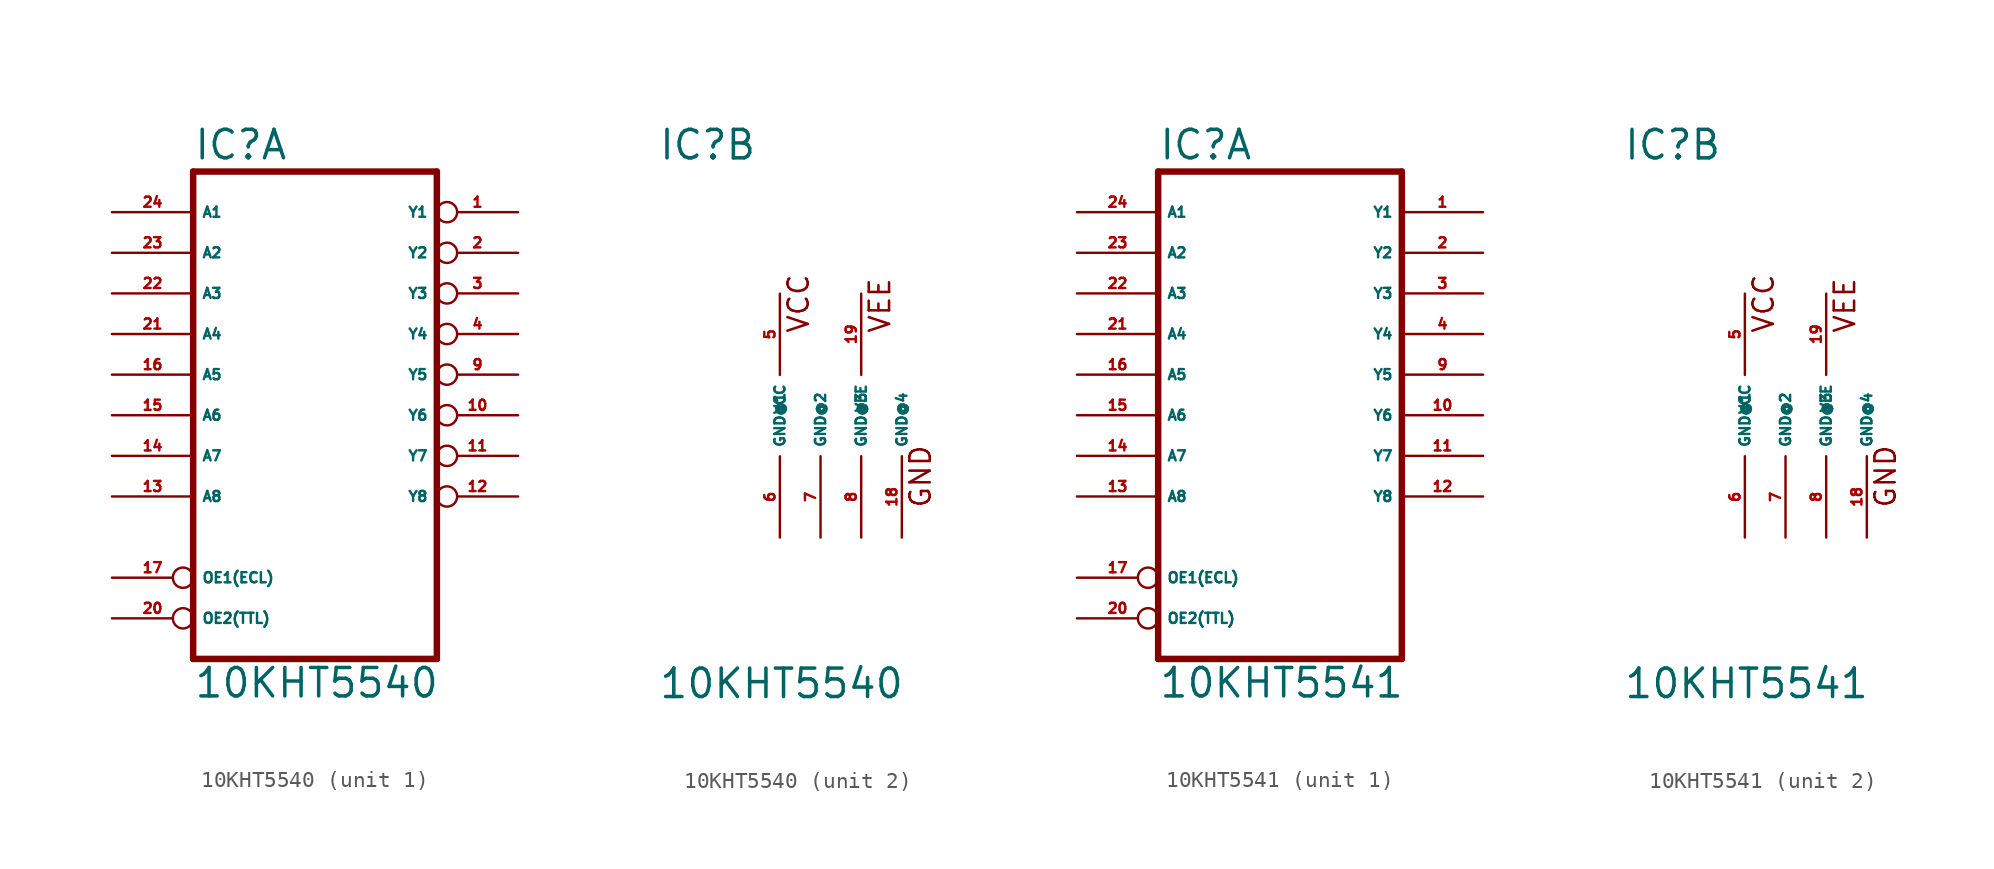
<source format=kicad_sym>
(kicad_symbol_lib
  (version 20220914)
  (generator Eagle2Kicad)
  (symbol "10KHT5540"
    (property "Reference" "IC"
      (at -10.16 15.875 0)
      (effects (font (size 1.778 1.778) (thickness 0.22)) (justify left bottom)))
    (property "Value" "10KHT5540"
      (at -10.16 -17.78 0)
      (effects (font (size 1.778 1.778) (thickness 0.22)) (justify left bottom)))
    (symbol "10KHT5540_1_0"
      (polyline (pts (xy -10.16 -15.24) (xy 5.08 -15.24)) (stroke (width 0.406) (type default)) (fill (type none)))
      (polyline (pts (xy -10.16 15.24) (xy 5.08 15.24)) (stroke (width 0.406) (type default)) (fill (type none)))
      (polyline (pts (xy 5.08 15.24) (xy 5.08 -15.24)) (stroke (width 0.406) (type default)) (fill (type none)))
      (polyline (pts (xy -10.16 15.24) (xy -10.16 -15.24)) (stroke (width 0.406) (type default)) (fill (type none)))
      (pin input inverted (at -15.24 -10.16 0) (length 5.08) (name "OE1(ECL)" (effects (font (size 0.635 0.635) (thickness 0.08)) (justify left bottom))) (number "17" (effects (font (size 0.635 0.635) (thickness 0.08)) (justify left bottom))))
      (pin input inverted (at -15.24 -12.7 0) (length 5.08) (name "OE2(TTL)" (effects (font (size 0.635 0.635) (thickness 0.08)) (justify left bottom))) (number "20" (effects (font (size 0.635 0.635) (thickness 0.08)) (justify left bottom))))
      (pin input line (at -15.24 12.7 0) (length 5.08) (name "A1" (effects (font (size 0.635 0.635) (thickness 0.08)) (justify left bottom))) (number "24" (effects (font (size 0.635 0.635) (thickness 0.08)) (justify left bottom))))
      (pin input line (at -15.24 10.16 0) (length 5.08) (name "A2" (effects (font (size 0.635 0.635) (thickness 0.08)) (justify left bottom))) (number "23" (effects (font (size 0.635 0.635) (thickness 0.08)) (justify left bottom))))
      (pin input line (at -15.24 7.62 0) (length 5.08) (name "A3" (effects (font (size 0.635 0.635) (thickness 0.08)) (justify left bottom))) (number "22" (effects (font (size 0.635 0.635) (thickness 0.08)) (justify left bottom))))
      (pin input line (at -15.24 5.08 0) (length 5.08) (name "A4" (effects (font (size 0.635 0.635) (thickness 0.08)) (justify left bottom))) (number "21" (effects (font (size 0.635 0.635) (thickness 0.08)) (justify left bottom))))
      (pin input line (at -15.24 2.54 0) (length 5.08) (name "A5" (effects (font (size 0.635 0.635) (thickness 0.08)) (justify left bottom))) (number "16" (effects (font (size 0.635 0.635) (thickness 0.08)) (justify left bottom))))
      (pin input line (at -15.24 0 0) (length 5.08) (name "A6" (effects (font (size 0.635 0.635) (thickness 0.08)) (justify left bottom))) (number "15" (effects (font (size 0.635 0.635) (thickness 0.08)) (justify left bottom))))
      (pin input line (at -15.24 -2.54 0) (length 5.08) (name "A7" (effects (font (size 0.635 0.635) (thickness 0.08)) (justify left bottom))) (number "14" (effects (font (size 0.635 0.635) (thickness 0.08)) (justify left bottom))))
      (pin input line (at -15.24 -5.08 0) (length 5.08) (name "A8" (effects (font (size 0.635 0.635) (thickness 0.08)) (justify left bottom))) (number "13" (effects (font (size 0.635 0.635) (thickness 0.08)) (justify left bottom))))
      (pin tri_state inverted (at 10.16 12.7 180) (length 5.08) (name "Y1" (effects (font (size 0.635 0.635) (thickness 0.08)) (justify left bottom))) (number "1" (effects (font (size 0.635 0.635) (thickness 0.08)) (justify left bottom))))
      (pin tri_state inverted (at 10.16 10.16 180) (length 5.08) (name "Y2" (effects (font (size 0.635 0.635) (thickness 0.08)) (justify left bottom))) (number "2" (effects (font (size 0.635 0.635) (thickness 0.08)) (justify left bottom))))
      (pin tri_state inverted (at 10.16 7.62 180) (length 5.08) (name "Y3" (effects (font (size 0.635 0.635) (thickness 0.08)) (justify left bottom))) (number "3" (effects (font (size 0.635 0.635) (thickness 0.08)) (justify left bottom))))
      (pin tri_state inverted (at 10.16 5.08 180) (length 5.08) (name "Y4" (effects (font (size 0.635 0.635) (thickness 0.08)) (justify left bottom))) (number "4" (effects (font (size 0.635 0.635) (thickness 0.08)) (justify left bottom))))
      (pin tri_state inverted (at 10.16 2.54 180) (length 5.08) (name "Y5" (effects (font (size 0.635 0.635) (thickness 0.08)) (justify left bottom))) (number "9" (effects (font (size 0.635 0.635) (thickness 0.08)) (justify left bottom))))
      (pin tri_state inverted (at 10.16 0 180) (length 5.08) (name "Y6" (effects (font (size 0.635 0.635) (thickness 0.08)) (justify left bottom))) (number "10" (effects (font (size 0.635 0.635) (thickness 0.08)) (justify left bottom))))
      (pin tri_state inverted (at 10.16 -2.54 180) (length 5.08) (name "Y7" (effects (font (size 0.635 0.635) (thickness 0.08)) (justify left bottom))) (number "11" (effects (font (size 0.635 0.635) (thickness 0.08)) (justify left bottom))))
      (pin tri_state inverted (at 10.16 -5.08 180) (length 5.08) (name "Y8" (effects (font (size 0.635 0.635) (thickness 0.08)) (justify left bottom))) (number "12" (effects (font (size 0.635 0.635) (thickness 0.08)) (justify left bottom)))))
    (symbol "10KHT5540_2_0"
      (text "VCC" (at -0.635 5.08 900) (effects (font (size 1.27 1.27) (thickness 0.16)) (justify left bottom)))
      (text "GND" (at 6.985 -5.842 900) (effects (font (size 1.27 1.27) (thickness 0.16)) (justify left bottom)))
      (text "VEE" (at 4.445 5.08 900) (effects (font (size 1.27 1.27) (thickness 0.16)) (justify left bottom)))
      (pin unspecified line (at -2.54 -7.62 90) (length 5.08) (name "GND@1" (effects (font (size 0.635 0.635) (thickness 0.08)) (justify left bottom))) (number "6" (effects (font (size 0.635 0.635) (thickness 0.08)) (justify left bottom))))
      (pin unspecified line (at 0 -7.62 90) (length 5.08) (name "GND@2" (effects (font (size 0.635 0.635) (thickness 0.08)) (justify left bottom))) (number "7" (effects (font (size 0.635 0.635) (thickness 0.08)) (justify left bottom))))
      (pin unspecified line (at 2.54 -7.62 90) (length 5.08) (name "GND@3" (effects (font (size 0.635 0.635) (thickness 0.08)) (justify left bottom))) (number "8" (effects (font (size 0.635 0.635) (thickness 0.08)) (justify left bottom))))
      (pin unspecified line (at 5.08 -7.62 90) (length 5.08) (name "GND@4" (effects (font (size 0.635 0.635) (thickness 0.08)) (justify left bottom))) (number "18" (effects (font (size 0.635 0.635) (thickness 0.08)) (justify left bottom))))
      (pin unspecified line (at -2.54 7.62 270) (length 5.08) (name "VCC" (effects (font (size 0.635 0.635) (thickness 0.08)) (justify left bottom))) (number "5" (effects (font (size 0.635 0.635) (thickness 0.08)) (justify left bottom))))
      (pin unspecified line (at 2.54 7.62 270) (length 5.08) (name "VEE" (effects (font (size 0.635 0.635) (thickness 0.08)) (justify left bottom))) (number "19" (effects (font (size 0.635 0.635) (thickness 0.08)) (justify left bottom))))))
  (symbol "10KHT5541"
    (property "Reference" "IC"
      (at -10.16 15.875 0)
      (effects (font (size 1.778 1.778) (thickness 0.22)) (justify left bottom)))
    (property "Value" "10KHT5541"
      (at -10.16 -17.78 0)
      (effects (font (size 1.778 1.778) (thickness 0.22)) (justify left bottom)))
    (symbol "10KHT5541_1_0"
      (polyline (pts (xy -10.16 -15.24) (xy 5.08 -15.24)) (stroke (width 0.406) (type default)) (fill (type none)))
      (polyline (pts (xy -10.16 15.24) (xy 5.08 15.24)) (stroke (width 0.406) (type default)) (fill (type none)))
      (polyline (pts (xy 5.08 15.24) (xy 5.08 -15.24)) (stroke (width 0.406) (type default)) (fill (type none)))
      (polyline (pts (xy -10.16 15.24) (xy -10.16 -15.24)) (stroke (width 0.406) (type default)) (fill (type none)))
      (pin input inverted (at -15.24 -10.16 0) (length 5.08) (name "OE1(ECL)" (effects (font (size 0.635 0.635) (thickness 0.08)) (justify left bottom))) (number "17" (effects (font (size 0.635 0.635) (thickness 0.08)) (justify left bottom))))
      (pin input inverted (at -15.24 -12.7 0) (length 5.08) (name "OE2(TTL)" (effects (font (size 0.635 0.635) (thickness 0.08)) (justify left bottom))) (number "20" (effects (font (size 0.635 0.635) (thickness 0.08)) (justify left bottom))))
      (pin input line (at -15.24 12.7 0) (length 5.08) (name "A1" (effects (font (size 0.635 0.635) (thickness 0.08)) (justify left bottom))) (number "24" (effects (font (size 0.635 0.635) (thickness 0.08)) (justify left bottom))))
      (pin input line (at -15.24 10.16 0) (length 5.08) (name "A2" (effects (font (size 0.635 0.635) (thickness 0.08)) (justify left bottom))) (number "23" (effects (font (size 0.635 0.635) (thickness 0.08)) (justify left bottom))))
      (pin input line (at -15.24 7.62 0) (length 5.08) (name "A3" (effects (font (size 0.635 0.635) (thickness 0.08)) (justify left bottom))) (number "22" (effects (font (size 0.635 0.635) (thickness 0.08)) (justify left bottom))))
      (pin input line (at -15.24 5.08 0) (length 5.08) (name "A4" (effects (font (size 0.635 0.635) (thickness 0.08)) (justify left bottom))) (number "21" (effects (font (size 0.635 0.635) (thickness 0.08)) (justify left bottom))))
      (pin input line (at -15.24 2.54 0) (length 5.08) (name "A5" (effects (font (size 0.635 0.635) (thickness 0.08)) (justify left bottom))) (number "16" (effects (font (size 0.635 0.635) (thickness 0.08)) (justify left bottom))))
      (pin input line (at -15.24 0 0) (length 5.08) (name "A6" (effects (font (size 0.635 0.635) (thickness 0.08)) (justify left bottom))) (number "15" (effects (font (size 0.635 0.635) (thickness 0.08)) (justify left bottom))))
      (pin input line (at -15.24 -2.54 0) (length 5.08) (name "A7" (effects (font (size 0.635 0.635) (thickness 0.08)) (justify left bottom))) (number "14" (effects (font (size 0.635 0.635) (thickness 0.08)) (justify left bottom))))
      (pin input line (at -15.24 -5.08 0) (length 5.08) (name "A8" (effects (font (size 0.635 0.635) (thickness 0.08)) (justify left bottom))) (number "13" (effects (font (size 0.635 0.635) (thickness 0.08)) (justify left bottom))))
      (pin tri_state line (at 10.16 12.7 180) (length 5.08) (name "Y1" (effects (font (size 0.635 0.635) (thickness 0.08)) (justify left bottom))) (number "1" (effects (font (size 0.635 0.635) (thickness 0.08)) (justify left bottom))))
      (pin tri_state line (at 10.16 10.16 180) (length 5.08) (name "Y2" (effects (font (size 0.635 0.635) (thickness 0.08)) (justify left bottom))) (number "2" (effects (font (size 0.635 0.635) (thickness 0.08)) (justify left bottom))))
      (pin tri_state line (at 10.16 7.62 180) (length 5.08) (name "Y3" (effects (font (size 0.635 0.635) (thickness 0.08)) (justify left bottom))) (number "3" (effects (font (size 0.635 0.635) (thickness 0.08)) (justify left bottom))))
      (pin tri_state line (at 10.16 5.08 180) (length 5.08) (name "Y4" (effects (font (size 0.635 0.635) (thickness 0.08)) (justify left bottom))) (number "4" (effects (font (size 0.635 0.635) (thickness 0.08)) (justify left bottom))))
      (pin tri_state line (at 10.16 2.54 180) (length 5.08) (name "Y5" (effects (font (size 0.635 0.635) (thickness 0.08)) (justify left bottom))) (number "9" (effects (font (size 0.635 0.635) (thickness 0.08)) (justify left bottom))))
      (pin tri_state line (at 10.16 0 180) (length 5.08) (name "Y6" (effects (font (size 0.635 0.635) (thickness 0.08)) (justify left bottom))) (number "10" (effects (font (size 0.635 0.635) (thickness 0.08)) (justify left bottom))))
      (pin tri_state line (at 10.16 -2.54 180) (length 5.08) (name "Y7" (effects (font (size 0.635 0.635) (thickness 0.08)) (justify left bottom))) (number "11" (effects (font (size 0.635 0.635) (thickness 0.08)) (justify left bottom))))
      (pin tri_state line (at 10.16 -5.08 180) (length 5.08) (name "Y8" (effects (font (size 0.635 0.635) (thickness 0.08)) (justify left bottom))) (number "12" (effects (font (size 0.635 0.635) (thickness 0.08)) (justify left bottom)))))
    (symbol "10KHT5541_2_0"
      (text "VCC" (at -0.635 5.08 900) (effects (font (size 1.27 1.27) (thickness 0.16)) (justify left bottom)))
      (text "GND" (at 6.985 -5.842 900) (effects (font (size 1.27 1.27) (thickness 0.16)) (justify left bottom)))
      (text "VEE" (at 4.445 5.08 900) (effects (font (size 1.27 1.27) (thickness 0.16)) (justify left bottom)))
      (pin unspecified line (at -2.54 -7.62 90) (length 5.08) (name "GND@1" (effects (font (size 0.635 0.635) (thickness 0.08)) (justify left bottom))) (number "6" (effects (font (size 0.635 0.635) (thickness 0.08)) (justify left bottom))))
      (pin unspecified line (at 0 -7.62 90) (length 5.08) (name "GND@2" (effects (font (size 0.635 0.635) (thickness 0.08)) (justify left bottom))) (number "7" (effects (font (size 0.635 0.635) (thickness 0.08)) (justify left bottom))))
      (pin unspecified line (at 2.54 -7.62 90) (length 5.08) (name "GND@3" (effects (font (size 0.635 0.635) (thickness 0.08)) (justify left bottom))) (number "8" (effects (font (size 0.635 0.635) (thickness 0.08)) (justify left bottom))))
      (pin unspecified line (at 5.08 -7.62 90) (length 5.08) (name "GND@4" (effects (font (size 0.635 0.635) (thickness 0.08)) (justify left bottom))) (number "18" (effects (font (size 0.635 0.635) (thickness 0.08)) (justify left bottom))))
      (pin unspecified line (at -2.54 7.62 270) (length 5.08) (name "VCC" (effects (font (size 0.635 0.635) (thickness 0.08)) (justify left bottom))) (number "5" (effects (font (size 0.635 0.635) (thickness 0.08)) (justify left bottom))))
      (pin unspecified line (at 2.54 7.62 270) (length 5.08) (name "VEE" (effects (font (size 0.635 0.635) (thickness 0.08)) (justify left bottom))) (number "19" (effects (font (size 0.635 0.635) (thickness 0.08)) (justify left bottom)))))))
</source>
